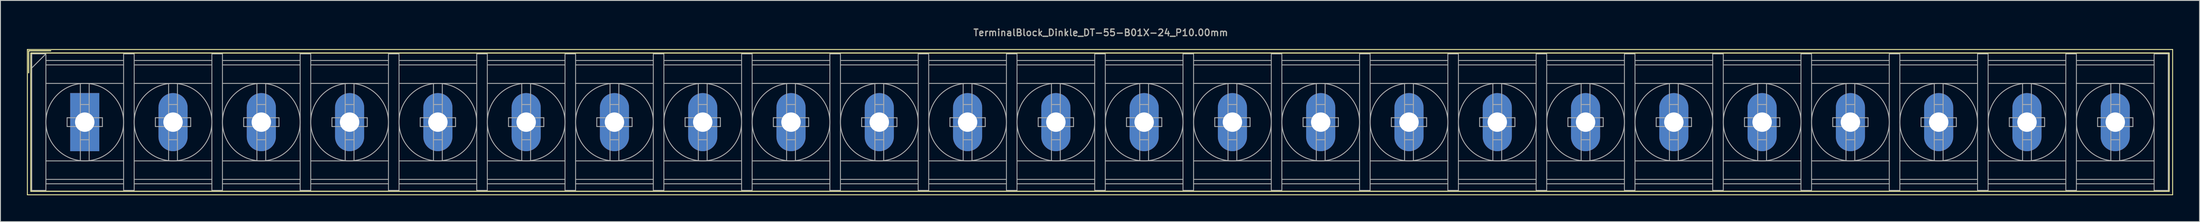
<source format=kicad_pcb>
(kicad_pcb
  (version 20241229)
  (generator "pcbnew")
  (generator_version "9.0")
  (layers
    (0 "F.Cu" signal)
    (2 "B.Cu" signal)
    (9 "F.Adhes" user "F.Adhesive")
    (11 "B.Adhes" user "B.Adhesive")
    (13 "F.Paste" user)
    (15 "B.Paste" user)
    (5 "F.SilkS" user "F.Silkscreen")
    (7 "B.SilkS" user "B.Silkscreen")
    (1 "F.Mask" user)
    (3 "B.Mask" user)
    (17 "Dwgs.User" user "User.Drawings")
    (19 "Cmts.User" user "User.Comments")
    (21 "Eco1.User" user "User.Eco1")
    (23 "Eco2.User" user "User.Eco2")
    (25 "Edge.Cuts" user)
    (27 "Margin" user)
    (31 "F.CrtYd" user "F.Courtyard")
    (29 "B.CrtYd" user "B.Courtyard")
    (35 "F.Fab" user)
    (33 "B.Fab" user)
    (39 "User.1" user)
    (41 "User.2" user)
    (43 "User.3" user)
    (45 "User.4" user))
  (footprint "TerminalBlock_Dinkle_DT-55-B01X-24_P10.00mm"
    (layer "F.Cu")
    (at 6.55 10.818)
    (property "Reference" "TerminalBlock_Dinkle_DT-55-B01X-24_P10.00mm" (at 115.08 -10.16 0) (layer "F.SilkS") (effects (font (size 0.75 0.75) (thickness 0.125))))
    (attr through_hole)
    (fp_line (start -6.5 -8.25) (end 236.5 -8.25) (stroke (width 0.1) (type solid)) (layer "F.SilkS"))
    (fp_line (start -6.5 8.25) (end -6.5 -8.25) (stroke (width 0.1) (type solid)) (layer "F.SilkS"))
    (fp_line (start -6.5 8.25) (end 236.5 8.25) (stroke (width 0.1) (type solid)) (layer "F.SilkS"))
    (fp_line (start -6.35 -8.1) (end -3.85 -8.1) (stroke (width 0.12) (type solid)) (layer "F.SilkS"))
    (fp_line (start -6.35 -5.6) (end -6.35 -8.1) (stroke (width 0.12) (type solid)) (layer "F.SilkS"))
    (fp_line (start -6.1 -7.85) (end 236.1 -7.85) (stroke (width 0.12) (type solid)) (layer "F.SilkS"))
    (fp_line (start -6.1 7.85) (end -6.1 -7.85) (stroke (width 0.12) (type solid)) (layer "F.SilkS"))
    (fp_line (start -6.1 7.85) (end 236.1 7.85) (stroke (width 0.12) (type solid)) (layer "F.SilkS"))
    (fp_line (start 236.1 -7.85) (end 236.1 7.85) (stroke (width 0.12) (type solid)) (layer "F.SilkS"))
    (fp_line (start 236.5 -8.25) (end 236.5 8.25) (stroke (width 0.1) (type solid)) (layer "F.SilkS"))
    (fp_line (start -6 -7.75) (end -6 7.75) (stroke (width 0.1) (type solid)) (layer "F.Fab"))
    (fp_line (start -6 -7.75) (end -4.4 -7.75) (stroke (width 0.1) (type solid)) (layer "F.Fab"))
    (fp_line (start -6 7.75) (end -4.4 7.75) (stroke (width 0.1) (type solid)) (layer "F.Fab"))
    (fp_line (start -4.4 -7.75) (end -6 -6.15) (stroke (width 0.1) (type solid)) (layer "F.Fab"))
    (fp_line (start -4.4 -7.75) (end -4.4 7.75) (stroke (width 0.1) (type solid)) (layer "F.Fab"))
    (fp_line (start -4.4 -7) (end 4.4 -7) (stroke (width 0.1) (type solid)) (layer "F.Fab"))
    (fp_line (start -4.4 -6.5) (end 4.4 -6.5) (stroke (width 0.1) (type solid)) (layer "F.Fab"))
    (fp_line (start -4.4 -4.4) (end 4.4 -4.4) (stroke (width 0.1) (type solid)) (layer "F.Fab"))
    (fp_line (start -4.4 4.4) (end 4.4 4.4) (stroke (width 0.1) (type solid)) (layer "F.Fab"))
    (fp_line (start -4.4 6.5) (end 4.4 6.5) (stroke (width 0.1) (type solid)) (layer "F.Fab"))
    (fp_line (start -4.4 7) (end 4.4 7) (stroke (width 0.1) (type solid)) (layer "F.Fab"))
    (fp_line (start -2 -0.5) (end -2 0.5) (stroke (width 0.1) (type solid)) (layer "F.Fab"))
    (fp_line (start -2 0.5) (end -0.5 0.5) (stroke (width 0.1) (type solid)) (layer "F.Fab"))
    (fp_line (start -0.5 -4.35) (end -0.5 -0.5) (stroke (width 0.1) (type solid)) (layer "F.Fab"))
    (fp_line (start -0.5 -2) (end 0.5 -2) (stroke (width 0.1) (type solid)) (layer "F.Fab"))
    (fp_line (start -0.5 -0.5) (end -2 -0.5) (stroke (width 0.1) (type solid)) (layer "F.Fab"))
    (fp_line (start -0.5 0.5) (end -0.5 4.35) (stroke (width 0.1) (type solid)) (layer "F.Fab"))
    (fp_line (start -0.5 2) (end 0.5 2) (stroke (width 0.1) (type solid)) (layer "F.Fab"))
    (fp_line (start 0.5 -4.35) (end 0.5 -0.5) (stroke (width 0.1) (type solid)) (layer "F.Fab"))
    (fp_line (start 0.5 -0.5) (end 2 -0.5) (stroke (width 0.1) (type solid)) (layer "F.Fab"))
    (fp_line (start 0.5 0.5) (end 0.5 4.35) (stroke (width 0.1) (type solid)) (layer "F.Fab"))
    (fp_line (start 2 -0.5) (end 2 0.5) (stroke (width 0.1) (type solid)) (layer "F.Fab"))
    (fp_line (start 2 0.5) (end 0.5 0.5) (stroke (width 0.1) (type solid)) (layer "F.Fab"))
    (fp_line (start 4.4 -7.75) (end 4.4 7.75) (stroke (width 0.1) (type solid)) (layer "F.Fab"))
    (fp_line (start 4.4 -7.75) (end 5.6 -7.75) (stroke (width 0.1) (type solid)) (layer "F.Fab"))
    (fp_line (start 4.4 7.75) (end 5.6 7.75) (stroke (width 0.1) (type solid)) (layer "F.Fab"))
    (fp_line (start 5.6 -7.75) (end 5.6 7.75) (stroke (width 0.1) (type solid)) (layer "F.Fab"))
    (fp_line (start 5.6 -7) (end 14.4 -7) (stroke (width 0.1) (type solid)) (layer "F.Fab"))
    (fp_line (start 5.6 -6.5) (end 14.4 -6.5) (stroke (width 0.1) (type solid)) (layer "F.Fab"))
    (fp_line (start 5.6 -4.4) (end 14.4 -4.4) (stroke (width 0.1) (type solid)) (layer "F.Fab"))
    (fp_line (start 5.6 4.4) (end 14.4 4.4) (stroke (width 0.1) (type solid)) (layer "F.Fab"))
    (fp_line (start 5.6 6.5) (end 14.4 6.5) (stroke (width 0.1) (type solid)) (layer "F.Fab"))
    (fp_line (start 5.6 7) (end 14.4 7) (stroke (width 0.1) (type solid)) (layer "F.Fab"))
    (fp_line (start 8 -0.5) (end 8 0.5) (stroke (width 0.1) (type solid)) (layer "F.Fab"))
    (fp_line (start 8 0.5) (end 9.5 0.5) (stroke (width 0.1) (type solid)) (layer "F.Fab"))
    (fp_line (start 9.5 -4.35) (end 9.5 -0.5) (stroke (width 0.1) (type solid)) (layer "F.Fab"))
    (fp_line (start 9.5 -2) (end 10.5 -2) (stroke (width 0.1) (type solid)) (layer "F.Fab"))
    (fp_line (start 9.5 -0.5) (end 8 -0.5) (stroke (width 0.1) (type solid)) (layer "F.Fab"))
    (fp_line (start 9.5 0.5) (end 9.5 4.35) (stroke (width 0.1) (type solid)) (layer "F.Fab"))
    (fp_line (start 9.5 2) (end 10.5 2) (stroke (width 0.1) (type solid)) (layer "F.Fab"))
    (fp_line (start 10.5 -4.35) (end 10.5 -0.5) (stroke (width 0.1) (type solid)) (layer "F.Fab"))
    (fp_line (start 10.5 -0.5) (end 12 -0.5) (stroke (width 0.1) (type solid)) (layer "F.Fab"))
    (fp_line (start 10.5 0.5) (end 10.5 4.35) (stroke (width 0.1) (type solid)) (layer "F.Fab"))
    (fp_line (start 12 -0.5) (end 12 0.5) (stroke (width 0.1) (type solid)) (layer "F.Fab"))
    (fp_line (start 12 0.5) (end 10.5 0.5) (stroke (width 0.1) (type solid)) (layer "F.Fab"))
    (fp_line (start 14.4 -7.75) (end 14.4 7.75) (stroke (width 0.1) (type solid)) (layer "F.Fab"))
    (fp_line (start 14.4 -7.75) (end 15.6 -7.75) (stroke (width 0.1) (type solid)) (layer "F.Fab"))
    (fp_line (start 14.4 7.75) (end 15.6 7.75) (stroke (width 0.1) (type solid)) (layer "F.Fab"))
    (fp_line (start 15.6 -7.75) (end 15.6 7.75) (stroke (width 0.1) (type solid)) (layer "F.Fab"))
    (fp_line (start 15.6 -7) (end 24.4 -7) (stroke (width 0.1) (type solid)) (layer "F.Fab"))
    (fp_line (start 15.6 -6.5) (end 24.4 -6.5) (stroke (width 0.1) (type solid)) (layer "F.Fab"))
    (fp_line (start 15.6 -4.4) (end 24.4 -4.4) (stroke (width 0.1) (type solid)) (layer "F.Fab"))
    (fp_line (start 15.6 4.4) (end 24.4 4.4) (stroke (width 0.1) (type solid)) (layer "F.Fab"))
    (fp_line (start 15.6 6.5) (end 24.4 6.5) (stroke (width 0.1) (type solid)) (layer "F.Fab"))
    (fp_line (start 15.6 7) (end 24.4 7) (stroke (width 0.1) (type solid)) (layer "F.Fab"))
    (fp_line (start 18 -0.5) (end 18 0.5) (stroke (width 0.1) (type solid)) (layer "F.Fab"))
    (fp_line (start 18 0.5) (end 19.5 0.5) (stroke (width 0.1) (type solid)) (layer "F.Fab"))
    (fp_line (start 19.5 -4.35) (end 19.5 -0.5) (stroke (width 0.1) (type solid)) (layer "F.Fab"))
    (fp_line (start 19.5 -2) (end 20.5 -2) (stroke (width 0.1) (type solid)) (layer "F.Fab"))
    (fp_line (start 19.5 -0.5) (end 18 -0.5) (stroke (width 0.1) (type solid)) (layer "F.Fab"))
    (fp_line (start 19.5 0.5) (end 19.5 4.35) (stroke (width 0.1) (type solid)) (layer "F.Fab"))
    (fp_line (start 19.5 2) (end 20.5 2) (stroke (width 0.1) (type solid)) (layer "F.Fab"))
    (fp_line (start 20.5 -4.35) (end 20.5 -0.5) (stroke (width 0.1) (type solid)) (layer "F.Fab"))
    (fp_line (start 20.5 -0.5) (end 22 -0.5) (stroke (width 0.1) (type solid)) (layer "F.Fab"))
    (fp_line (start 20.5 0.5) (end 20.5 4.35) (stroke (width 0.1) (type solid)) (layer "F.Fab"))
    (fp_line (start 22 -0.5) (end 22 0.5) (stroke (width 0.1) (type solid)) (layer "F.Fab"))
    (fp_line (start 22 0.5) (end 20.5 0.5) (stroke (width 0.1) (type solid)) (layer "F.Fab"))
    (fp_line (start 24.4 -7.75) (end 24.4 7.75) (stroke (width 0.1) (type solid)) (layer "F.Fab"))
    (fp_line (start 24.4 -7.75) (end 25.6 -7.75) (stroke (width 0.1) (type solid)) (layer "F.Fab"))
    (fp_line (start 24.4 7.75) (end 25.6 7.75) (stroke (width 0.1) (type solid)) (layer "F.Fab"))
    (fp_line (start 25.6 -7.75) (end 25.6 7.75) (stroke (width 0.1) (type solid)) (layer "F.Fab"))
    (fp_line (start 25.6 -7) (end 34.4 -7) (stroke (width 0.1) (type solid)) (layer "F.Fab"))
    (fp_line (start 25.6 -6.5) (end 34.4 -6.5) (stroke (width 0.1) (type solid)) (layer "F.Fab"))
    (fp_line (start 25.6 -4.4) (end 34.4 -4.4) (stroke (width 0.1) (type solid)) (layer "F.Fab"))
    (fp_line (start 25.6 4.4) (end 34.4 4.4) (stroke (width 0.1) (type solid)) (layer "F.Fab"))
    (fp_line (start 25.6 6.5) (end 34.4 6.5) (stroke (width 0.1) (type solid)) (layer "F.Fab"))
    (fp_line (start 25.6 7) (end 34.4 7) (stroke (width 0.1) (type solid)) (layer "F.Fab"))
    (fp_line (start 28 -0.5) (end 28 0.5) (stroke (width 0.1) (type solid)) (layer "F.Fab"))
    (fp_line (start 28 0.5) (end 29.5 0.5) (stroke (width 0.1) (type solid)) (layer "F.Fab"))
    (fp_line (start 29.5 -4.35) (end 29.5 -0.5) (stroke (width 0.1) (type solid)) (layer "F.Fab"))
    (fp_line (start 29.5 -2) (end 30.5 -2) (stroke (width 0.1) (type solid)) (layer "F.Fab"))
    (fp_line (start 29.5 -0.5) (end 28 -0.5) (stroke (width 0.1) (type solid)) (layer "F.Fab"))
    (fp_line (start 29.5 0.5) (end 29.5 4.35) (stroke (width 0.1) (type solid)) (layer "F.Fab"))
    (fp_line (start 29.5 2) (end 30.5 2) (stroke (width 0.1) (type solid)) (layer "F.Fab"))
    (fp_line (start 30.5 -4.35) (end 30.5 -0.5) (stroke (width 0.1) (type solid)) (layer "F.Fab"))
    (fp_line (start 30.5 -0.5) (end 32 -0.5) (stroke (width 0.1) (type solid)) (layer "F.Fab"))
    (fp_line (start 30.5 0.5) (end 30.5 4.35) (stroke (width 0.1) (type solid)) (layer "F.Fab"))
    (fp_line (start 32 -0.5) (end 32 0.5) (stroke (width 0.1) (type solid)) (layer "F.Fab"))
    (fp_line (start 32 0.5) (end 30.5 0.5) (stroke (width 0.1) (type solid)) (layer "F.Fab"))
    (fp_line (start 34.4 -7.75) (end 34.4 7.75) (stroke (width 0.1) (type solid)) (layer "F.Fab"))
    (fp_line (start 34.4 -7.75) (end 35.6 -7.75) (stroke (width 0.1) (type solid)) (layer "F.Fab"))
    (fp_line (start 34.4 7.75) (end 35.6 7.75) (stroke (width 0.1) (type solid)) (layer "F.Fab"))
    (fp_line (start 35.6 -7.75) (end 35.6 7.75) (stroke (width 0.1) (type solid)) (layer "F.Fab"))
    (fp_line (start 35.6 -7) (end 44.4 -7) (stroke (width 0.1) (type solid)) (layer "F.Fab"))
    (fp_line (start 35.6 -6.5) (end 44.4 -6.5) (stroke (width 0.1) (type solid)) (layer "F.Fab"))
    (fp_line (start 35.6 -4.4) (end 44.4 -4.4) (stroke (width 0.1) (type solid)) (layer "F.Fab"))
    (fp_line (start 35.6 4.4) (end 44.4 4.4) (stroke (width 0.1) (type solid)) (layer "F.Fab"))
    (fp_line (start 35.6 6.5) (end 44.4 6.5) (stroke (width 0.1) (type solid)) (layer "F.Fab"))
    (fp_line (start 35.6 7) (end 44.4 7) (stroke (width 0.1) (type solid)) (layer "F.Fab"))
    (fp_line (start 38 -0.5) (end 38 0.5) (stroke (width 0.1) (type solid)) (layer "F.Fab"))
    (fp_line (start 38 0.5) (end 39.5 0.5) (stroke (width 0.1) (type solid)) (layer "F.Fab"))
    (fp_line (start 39.5 -4.35) (end 39.5 -0.5) (stroke (width 0.1) (type solid)) (layer "F.Fab"))
    (fp_line (start 39.5 -2) (end 40.5 -2) (stroke (width 0.1) (type solid)) (layer "F.Fab"))
    (fp_line (start 39.5 -0.5) (end 38 -0.5) (stroke (width 0.1) (type solid)) (layer "F.Fab"))
    (fp_line (start 39.5 0.5) (end 39.5 4.35) (stroke (width 0.1) (type solid)) (layer "F.Fab"))
    (fp_line (start 39.5 2) (end 40.5 2) (stroke (width 0.1) (type solid)) (layer "F.Fab"))
    (fp_line (start 40.5 -4.35) (end 40.5 -0.5) (stroke (width 0.1) (type solid)) (layer "F.Fab"))
    (fp_line (start 40.5 -0.5) (end 42 -0.5) (stroke (width 0.1) (type solid)) (layer "F.Fab"))
    (fp_line (start 40.5 0.5) (end 40.5 4.35) (stroke (width 0.1) (type solid)) (layer "F.Fab"))
    (fp_line (start 42 -0.5) (end 42 0.5) (stroke (width 0.1) (type solid)) (layer "F.Fab"))
    (fp_line (start 42 0.5) (end 40.5 0.5) (stroke (width 0.1) (type solid)) (layer "F.Fab"))
    (fp_line (start 44.4 -7.75) (end 44.4 7.75) (stroke (width 0.1) (type solid)) (layer "F.Fab"))
    (fp_line (start 44.4 -7.75) (end 45.6 -7.75) (stroke (width 0.1) (type solid)) (layer "F.Fab"))
    (fp_line (start 44.4 7.75) (end 45.6 7.75) (stroke (width 0.1) (type solid)) (layer "F.Fab"))
    (fp_line (start 45.6 -7.75) (end 45.6 7.75) (stroke (width 0.1) (type solid)) (layer "F.Fab"))
    (fp_line (start 45.6 -7) (end 54.4 -7) (stroke (width 0.1) (type solid)) (layer "F.Fab"))
    (fp_line (start 45.6 -6.5) (end 54.4 -6.5) (stroke (width 0.1) (type solid)) (layer "F.Fab"))
    (fp_line (start 45.6 -4.4) (end 54.4 -4.4) (stroke (width 0.1) (type solid)) (layer "F.Fab"))
    (fp_line (start 45.6 4.4) (end 54.4 4.4) (stroke (width 0.1) (type solid)) (layer "F.Fab"))
    (fp_line (start 45.6 6.5) (end 54.4 6.5) (stroke (width 0.1) (type solid)) (layer "F.Fab"))
    (fp_line (start 45.6 7) (end 54.4 7) (stroke (width 0.1) (type solid)) (layer "F.Fab"))
    (fp_line (start 48 -0.5) (end 48 0.5) (stroke (width 0.1) (type solid)) (layer "F.Fab"))
    (fp_line (start 48 0.5) (end 49.5 0.5) (stroke (width 0.1) (type solid)) (layer "F.Fab"))
    (fp_line (start 49.5 -4.35) (end 49.5 -0.5) (stroke (width 0.1) (type solid)) (layer "F.Fab"))
    (fp_line (start 49.5 -2) (end 50.5 -2) (stroke (width 0.1) (type solid)) (layer "F.Fab"))
    (fp_line (start 49.5 -0.5) (end 48 -0.5) (stroke (width 0.1) (type solid)) (layer "F.Fab"))
    (fp_line (start 49.5 0.5) (end 49.5 4.35) (stroke (width 0.1) (type solid)) (layer "F.Fab"))
    (fp_line (start 49.5 2) (end 50.5 2) (stroke (width 0.1) (type solid)) (layer "F.Fab"))
    (fp_line (start 50.5 -4.35) (end 50.5 -0.5) (stroke (width 0.1) (type solid)) (layer "F.Fab"))
    (fp_line (start 50.5 -0.5) (end 52 -0.5) (stroke (width 0.1) (type solid)) (layer "F.Fab"))
    (fp_line (start 50.5 0.5) (end 50.5 4.35) (stroke (width 0.1) (type solid)) (layer "F.Fab"))
    (fp_line (start 52 -0.5) (end 52 0.5) (stroke (width 0.1) (type solid)) (layer "F.Fab"))
    (fp_line (start 52 0.5) (end 50.5 0.5) (stroke (width 0.1) (type solid)) (layer "F.Fab"))
    (fp_line (start 54.4 -7.75) (end 54.4 7.75) (stroke (width 0.1) (type solid)) (layer "F.Fab"))
    (fp_line (start 54.4 -7.75) (end 55.6 -7.75) (stroke (width 0.1) (type solid)) (layer "F.Fab"))
    (fp_line (start 54.4 7.75) (end 55.6 7.75) (stroke (width 0.1) (type solid)) (layer "F.Fab"))
    (fp_line (start 55.6 -7.75) (end 55.6 7.75) (stroke (width 0.1) (type solid)) (layer "F.Fab"))
    (fp_line (start 55.6 -7) (end 64.4 -7) (stroke (width 0.1) (type solid)) (layer "F.Fab"))
    (fp_line (start 55.6 -6.5) (end 64.4 -6.5) (stroke (width 0.1) (type solid)) (layer "F.Fab"))
    (fp_line (start 55.6 -4.4) (end 64.4 -4.4) (stroke (width 0.1) (type solid)) (layer "F.Fab"))
    (fp_line (start 55.6 4.4) (end 64.4 4.4) (stroke (width 0.1) (type solid)) (layer "F.Fab"))
    (fp_line (start 55.6 6.5) (end 64.4 6.5) (stroke (width 0.1) (type solid)) (layer "F.Fab"))
    (fp_line (start 55.6 7) (end 64.4 7) (stroke (width 0.1) (type solid)) (layer "F.Fab"))
    (fp_line (start 58 -0.5) (end 58 0.5) (stroke (width 0.1) (type solid)) (layer "F.Fab"))
    (fp_line (start 58 0.5) (end 59.5 0.5) (stroke (width 0.1) (type solid)) (layer "F.Fab"))
    (fp_line (start 59.5 -4.35) (end 59.5 -0.5) (stroke (width 0.1) (type solid)) (layer "F.Fab"))
    (fp_line (start 59.5 -2) (end 60.5 -2) (stroke (width 0.1) (type solid)) (layer "F.Fab"))
    (fp_line (start 59.5 -0.5) (end 58 -0.5) (stroke (width 0.1) (type solid)) (layer "F.Fab"))
    (fp_line (start 59.5 0.5) (end 59.5 4.35) (stroke (width 0.1) (type solid)) (layer "F.Fab"))
    (fp_line (start 59.5 2) (end 60.5 2) (stroke (width 0.1) (type solid)) (layer "F.Fab"))
    (fp_line (start 60.5 -4.35) (end 60.5 -0.5) (stroke (width 0.1) (type solid)) (layer "F.Fab"))
    (fp_line (start 60.5 -0.5) (end 62 -0.5) (stroke (width 0.1) (type solid)) (layer "F.Fab"))
    (fp_line (start 60.5 0.5) (end 60.5 4.35) (stroke (width 0.1) (type solid)) (layer "F.Fab"))
    (fp_line (start 62 -0.5) (end 62 0.5) (stroke (width 0.1) (type solid)) (layer "F.Fab"))
    (fp_line (start 62 0.5) (end 60.5 0.5) (stroke (width 0.1) (type solid)) (layer "F.Fab"))
    (fp_line (start 64.4 -7.75) (end 64.4 7.75) (stroke (width 0.1) (type solid)) (layer "F.Fab"))
    (fp_line (start 64.4 -7.75) (end 65.6 -7.75) (stroke (width 0.1) (type solid)) (layer "F.Fab"))
    (fp_line (start 64.4 7.75) (end 65.6 7.75) (stroke (width 0.1) (type solid)) (layer "F.Fab"))
    (fp_line (start 65.6 -7.75) (end 65.6 7.75) (stroke (width 0.1) (type solid)) (layer "F.Fab"))
    (fp_line (start 65.6 -7) (end 74.4 -7) (stroke (width 0.1) (type solid)) (layer "F.Fab"))
    (fp_line (start 65.6 -6.5) (end 74.4 -6.5) (stroke (width 0.1) (type solid)) (layer "F.Fab"))
    (fp_line (start 65.6 -4.4) (end 74.4 -4.4) (stroke (width 0.1) (type solid)) (layer "F.Fab"))
    (fp_line (start 65.6 4.4) (end 74.4 4.4) (stroke (width 0.1) (type solid)) (layer "F.Fab"))
    (fp_line (start 65.6 6.5) (end 74.4 6.5) (stroke (width 0.1) (type solid)) (layer "F.Fab"))
    (fp_line (start 65.6 7) (end 74.4 7) (stroke (width 0.1) (type solid)) (layer "F.Fab"))
    (fp_line (start 68 -0.5) (end 68 0.5) (stroke (width 0.1) (type solid)) (layer "F.Fab"))
    (fp_line (start 68 0.5) (end 69.5 0.5) (stroke (width 0.1) (type solid)) (layer "F.Fab"))
    (fp_line (start 69.5 -4.35) (end 69.5 -0.5) (stroke (width 0.1) (type solid)) (layer "F.Fab"))
    (fp_line (start 69.5 -2) (end 70.5 -2) (stroke (width 0.1) (type solid)) (layer "F.Fab"))
    (fp_line (start 69.5 -0.5) (end 68 -0.5) (stroke (width 0.1) (type solid)) (layer "F.Fab"))
    (fp_line (start 69.5 0.5) (end 69.5 4.35) (stroke (width 0.1) (type solid)) (layer "F.Fab"))
    (fp_line (start 69.5 2) (end 70.5 2) (stroke (width 0.1) (type solid)) (layer "F.Fab"))
    (fp_line (start 70.5 -4.35) (end 70.5 -0.5) (stroke (width 0.1) (type solid)) (layer "F.Fab"))
    (fp_line (start 70.5 -0.5) (end 72 -0.5) (stroke (width 0.1) (type solid)) (layer "F.Fab"))
    (fp_line (start 70.5 0.5) (end 70.5 4.35) (stroke (width 0.1) (type solid)) (layer "F.Fab"))
    (fp_line (start 72 -0.5) (end 72 0.5) (stroke (width 0.1) (type solid)) (layer "F.Fab"))
    (fp_line (start 72 0.5) (end 70.5 0.5) (stroke (width 0.1) (type solid)) (layer "F.Fab"))
    (fp_line (start 74.4 -7.75) (end 74.4 7.75) (stroke (width 0.1) (type solid)) (layer "F.Fab"))
    (fp_line (start 74.4 -7.75) (end 75.6 -7.75) (stroke (width 0.1) (type solid)) (layer "F.Fab"))
    (fp_line (start 74.4 7.75) (end 75.6 7.75) (stroke (width 0.1) (type solid)) (layer "F.Fab"))
    (fp_line (start 75.6 -7.75) (end 75.6 7.75) (stroke (width 0.1) (type solid)) (layer "F.Fab"))
    (fp_line (start 75.6 -7) (end 84.4 -7) (stroke (width 0.1) (type solid)) (layer "F.Fab"))
    (fp_line (start 75.6 -6.5) (end 84.4 -6.5) (stroke (width 0.1) (type solid)) (layer "F.Fab"))
    (fp_line (start 75.6 -4.4) (end 84.4 -4.4) (stroke (width 0.1) (type solid)) (layer "F.Fab"))
    (fp_line (start 75.6 4.4) (end 84.4 4.4) (stroke (width 0.1) (type solid)) (layer "F.Fab"))
    (fp_line (start 75.6 6.5) (end 84.4 6.5) (stroke (width 0.1) (type solid)) (layer "F.Fab"))
    (fp_line (start 75.6 7) (end 84.4 7) (stroke (width 0.1) (type solid)) (layer "F.Fab"))
    (fp_line (start 78 -0.5) (end 78 0.5) (stroke (width 0.1) (type solid)) (layer "F.Fab"))
    (fp_line (start 78 0.5) (end 79.5 0.5) (stroke (width 0.1) (type solid)) (layer "F.Fab"))
    (fp_line (start 79.5 -4.35) (end 79.5 -0.5) (stroke (width 0.1) (type solid)) (layer "F.Fab"))
    (fp_line (start 79.5 -2) (end 80.5 -2) (stroke (width 0.1) (type solid)) (layer "F.Fab"))
    (fp_line (start 79.5 -0.5) (end 78 -0.5) (stroke (width 0.1) (type solid)) (layer "F.Fab"))
    (fp_line (start 79.5 0.5) (end 79.5 4.35) (stroke (width 0.1) (type solid)) (layer "F.Fab"))
    (fp_line (start 79.5 2) (end 80.5 2) (stroke (width 0.1) (type solid)) (layer "F.Fab"))
    (fp_line (start 80.5 -4.35) (end 80.5 -0.5) (stroke (width 0.1) (type solid)) (layer "F.Fab"))
    (fp_line (start 80.5 -0.5) (end 82 -0.5) (stroke (width 0.1) (type solid)) (layer "F.Fab"))
    (fp_line (start 80.5 0.5) (end 80.5 4.35) (stroke (width 0.1) (type solid)) (layer "F.Fab"))
    (fp_line (start 82 -0.5) (end 82 0.5) (stroke (width 0.1) (type solid)) (layer "F.Fab"))
    (fp_line (start 82 0.5) (end 80.5 0.5) (stroke (width 0.1) (type solid)) (layer "F.Fab"))
    (fp_line (start 84.4 -7.75) (end 84.4 7.75) (stroke (width 0.1) (type solid)) (layer "F.Fab"))
    (fp_line (start 84.4 -7.75) (end 85.6 -7.75) (stroke (width 0.1) (type solid)) (layer "F.Fab"))
    (fp_line (start 84.4 7.75) (end 85.6 7.75) (stroke (width 0.1) (type solid)) (layer "F.Fab"))
    (fp_line (start 85.6 -7.75) (end 85.6 7.75) (stroke (width 0.1) (type solid)) (layer "F.Fab"))
    (fp_line (start 85.6 -7) (end 94.4 -7) (stroke (width 0.1) (type solid)) (layer "F.Fab"))
    (fp_line (start 85.6 -6.5) (end 94.4 -6.5) (stroke (width 0.1) (type solid)) (layer "F.Fab"))
    (fp_line (start 85.6 -4.4) (end 94.4 -4.4) (stroke (width 0.1) (type solid)) (layer "F.Fab"))
    (fp_line (start 85.6 4.4) (end 94.4 4.4) (stroke (width 0.1) (type solid)) (layer "F.Fab"))
    (fp_line (start 85.6 6.5) (end 94.4 6.5) (stroke (width 0.1) (type solid)) (layer "F.Fab"))
    (fp_line (start 85.6 7) (end 94.4 7) (stroke (width 0.1) (type solid)) (layer "F.Fab"))
    (fp_line (start 88 -0.5) (end 88 0.5) (stroke (width 0.1) (type solid)) (layer "F.Fab"))
    (fp_line (start 88 0.5) (end 89.5 0.5) (stroke (width 0.1) (type solid)) (layer "F.Fab"))
    (fp_line (start 89.5 -4.35) (end 89.5 -0.5) (stroke (width 0.1) (type solid)) (layer "F.Fab"))
    (fp_line (start 89.5 -2) (end 90.5 -2) (stroke (width 0.1) (type solid)) (layer "F.Fab"))
    (fp_line (start 89.5 -0.5) (end 88 -0.5) (stroke (width 0.1) (type solid)) (layer "F.Fab"))
    (fp_line (start 89.5 0.5) (end 89.5 4.35) (stroke (width 0.1) (type solid)) (layer "F.Fab"))
    (fp_line (start 89.5 2) (end 90.5 2) (stroke (width 0.1) (type solid)) (layer "F.Fab"))
    (fp_line (start 90.5 -4.35) (end 90.5 -0.5) (stroke (width 0.1) (type solid)) (layer "F.Fab"))
    (fp_line (start 90.5 -0.5) (end 92 -0.5) (stroke (width 0.1) (type solid)) (layer "F.Fab"))
    (fp_line (start 90.5 0.5) (end 90.5 4.35) (stroke (width 0.1) (type solid)) (layer "F.Fab"))
    (fp_line (start 92 -0.5) (end 92 0.5) (stroke (width 0.1) (type solid)) (layer "F.Fab"))
    (fp_line (start 92 0.5) (end 90.5 0.5) (stroke (width 0.1) (type solid)) (layer "F.Fab"))
    (fp_line (start 94.4 -7.75) (end 94.4 7.75) (stroke (width 0.1) (type solid)) (layer "F.Fab"))
    (fp_line (start 94.4 -7.75) (end 95.6 -7.75) (stroke (width 0.1) (type solid)) (layer "F.Fab"))
    (fp_line (start 94.4 7.75) (end 95.6 7.75) (stroke (width 0.1) (type solid)) (layer "F.Fab"))
    (fp_line (start 95.6 -7.75) (end 95.6 7.75) (stroke (width 0.1) (type solid)) (layer "F.Fab"))
    (fp_line (start 95.6 -7) (end 104.4 -7) (stroke (width 0.1) (type solid)) (layer "F.Fab"))
    (fp_line (start 95.6 -6.5) (end 104.4 -6.5) (stroke (width 0.1) (type solid)) (layer "F.Fab"))
    (fp_line (start 95.6 -4.4) (end 104.4 -4.4) (stroke (width 0.1) (type solid)) (layer "F.Fab"))
    (fp_line (start 95.6 4.4) (end 104.4 4.4) (stroke (width 0.1) (type solid)) (layer "F.Fab"))
    (fp_line (start 95.6 6.5) (end 104.4 6.5) (stroke (width 0.1) (type solid)) (layer "F.Fab"))
    (fp_line (start 95.6 7) (end 104.4 7) (stroke (width 0.1) (type solid)) (layer "F.Fab"))
    (fp_line (start 98 -0.5) (end 98 0.5) (stroke (width 0.1) (type solid)) (layer "F.Fab"))
    (fp_line (start 98 0.5) (end 99.5 0.5) (stroke (width 0.1) (type solid)) (layer "F.Fab"))
    (fp_line (start 99.5 -4.35) (end 99.5 -0.5) (stroke (width 0.1) (type solid)) (layer "F.Fab"))
    (fp_line (start 99.5 -2) (end 100.5 -2) (stroke (width 0.1) (type solid)) (layer "F.Fab"))
    (fp_line (start 99.5 -0.5) (end 98 -0.5) (stroke (width 0.1) (type solid)) (layer "F.Fab"))
    (fp_line (start 99.5 0.5) (end 99.5 4.35) (stroke (width 0.1) (type solid)) (layer "F.Fab"))
    (fp_line (start 99.5 2) (end 100.5 2) (stroke (width 0.1) (type solid)) (layer "F.Fab"))
    (fp_line (start 100.5 -4.35) (end 100.5 -0.5) (stroke (width 0.1) (type solid)) (layer "F.Fab"))
    (fp_line (start 100.5 -0.5) (end 102 -0.5) (stroke (width 0.1) (type solid)) (layer "F.Fab"))
    (fp_line (start 100.5 0.5) (end 100.5 4.35) (stroke (width 0.1) (type solid)) (layer "F.Fab"))
    (fp_line (start 102 -0.5) (end 102 0.5) (stroke (width 0.1) (type solid)) (layer "F.Fab"))
    (fp_line (start 102 0.5) (end 100.5 0.5) (stroke (width 0.1) (type solid)) (layer "F.Fab"))
    (fp_line (start 104.4 -7.75) (end 104.4 7.75) (stroke (width 0.1) (type solid)) (layer "F.Fab"))
    (fp_line (start 104.4 -7.75) (end 105.6 -7.75) (stroke (width 0.1) (type solid)) (layer "F.Fab"))
    (fp_line (start 104.4 7.75) (end 105.6 7.75) (stroke (width 0.1) (type solid)) (layer "F.Fab"))
    (fp_line (start 105.6 -7.75) (end 105.6 7.75) (stroke (width 0.1) (type solid)) (layer "F.Fab"))
    (fp_line (start 105.6 -7) (end 114.4 -7) (stroke (width 0.1) (type solid)) (layer "F.Fab"))
    (fp_line (start 105.6 -6.5) (end 114.4 -6.5) (stroke (width 0.1) (type solid)) (layer "F.Fab"))
    (fp_line (start 105.6 -4.4) (end 114.4 -4.4) (stroke (width 0.1) (type solid)) (layer "F.Fab"))
    (fp_line (start 105.6 4.4) (end 114.4 4.4) (stroke (width 0.1) (type solid)) (layer "F.Fab"))
    (fp_line (start 105.6 6.5) (end 114.4 6.5) (stroke (width 0.1) (type solid)) (layer "F.Fab"))
    (fp_line (start 105.6 7) (end 114.4 7) (stroke (width 0.1) (type solid)) (layer "F.Fab"))
    (fp_line (start 108 -0.5) (end 108 0.5) (stroke (width 0.1) (type solid)) (layer "F.Fab"))
    (fp_line (start 108 0.5) (end 109.5 0.5) (stroke (width 0.1) (type solid)) (layer "F.Fab"))
    (fp_line (start 109.5 -4.35) (end 109.5 -0.5) (stroke (width 0.1) (type solid)) (layer "F.Fab"))
    (fp_line (start 109.5 -2) (end 110.5 -2) (stroke (width 0.1) (type solid)) (layer "F.Fab"))
    (fp_line (start 109.5 -0.5) (end 108 -0.5) (stroke (width 0.1) (type solid)) (layer "F.Fab"))
    (fp_line (start 109.5 0.5) (end 109.5 4.35) (stroke (width 0.1) (type solid)) (layer "F.Fab"))
    (fp_line (start 109.5 2) (end 110.5 2) (stroke (width 0.1) (type solid)) (layer "F.Fab"))
    (fp_line (start 110.5 -4.35) (end 110.5 -0.5) (stroke (width 0.1) (type solid)) (layer "F.Fab"))
    (fp_line (start 110.5 -0.5) (end 112 -0.5) (stroke (width 0.1) (type solid)) (layer "F.Fab"))
    (fp_line (start 110.5 0.5) (end 110.5 4.35) (stroke (width 0.1) (type solid)) (layer "F.Fab"))
    (fp_line (start 112 -0.5) (end 112 0.5) (stroke (width 0.1) (type solid)) (layer "F.Fab"))
    (fp_line (start 112 0.5) (end 110.5 0.5) (stroke (width 0.1) (type solid)) (layer "F.Fab"))
    (fp_line (start 114.4 -7.75) (end 114.4 7.75) (stroke (width 0.1) (type solid)) (layer "F.Fab"))
    (fp_line (start 114.4 -7.75) (end 115.6 -7.75) (stroke (width 0.1) (type solid)) (layer "F.Fab"))
    (fp_line (start 114.4 7.75) (end 115.6 7.75) (stroke (width 0.1) (type solid)) (layer "F.Fab"))
    (fp_line (start 115.6 -7.75) (end 115.6 7.75) (stroke (width 0.1) (type solid)) (layer "F.Fab"))
    (fp_line (start 115.6 -7) (end 124.4 -7) (stroke (width 0.1) (type solid)) (layer "F.Fab"))
    (fp_line (start 115.6 -6.5) (end 124.4 -6.5) (stroke (width 0.1) (type solid)) (layer "F.Fab"))
    (fp_line (start 115.6 -4.4) (end 124.4 -4.4) (stroke (width 0.1) (type solid)) (layer "F.Fab"))
    (fp_line (start 115.6 4.4) (end 124.4 4.4) (stroke (width 0.1) (type solid)) (layer "F.Fab"))
    (fp_line (start 115.6 6.5) (end 124.4 6.5) (stroke (width 0.1) (type solid)) (layer "F.Fab"))
    (fp_line (start 115.6 7) (end 124.4 7) (stroke (width 0.1) (type solid)) (layer "F.Fab"))
    (fp_line (start 118 -0.5) (end 118 0.5) (stroke (width 0.1) (type solid)) (layer "F.Fab"))
    (fp_line (start 118 0.5) (end 119.5 0.5) (stroke (width 0.1) (type solid)) (layer "F.Fab"))
    (fp_line (start 119.5 -4.35) (end 119.5 -0.5) (stroke (width 0.1) (type solid)) (layer "F.Fab"))
    (fp_line (start 119.5 -2) (end 120.5 -2) (stroke (width 0.1) (type solid)) (layer "F.Fab"))
    (fp_line (start 119.5 -0.5) (end 118 -0.5) (stroke (width 0.1) (type solid)) (layer "F.Fab"))
    (fp_line (start 119.5 0.5) (end 119.5 4.35) (stroke (width 0.1) (type solid)) (layer "F.Fab"))
    (fp_line (start 119.5 2) (end 120.5 2) (stroke (width 0.1) (type solid)) (layer "F.Fab"))
    (fp_line (start 120.5 -4.35) (end 120.5 -0.5) (stroke (width 0.1) (type solid)) (layer "F.Fab"))
    (fp_line (start 120.5 -0.5) (end 122 -0.5) (stroke (width 0.1) (type solid)) (layer "F.Fab"))
    (fp_line (start 120.5 0.5) (end 120.5 4.35) (stroke (width 0.1) (type solid)) (layer "F.Fab"))
    (fp_line (start 122 -0.5) (end 122 0.5) (stroke (width 0.1) (type solid)) (layer "F.Fab"))
    (fp_line (start 122 0.5) (end 120.5 0.5) (stroke (width 0.1) (type solid)) (layer "F.Fab"))
    (fp_line (start 124.4 -7.75) (end 124.4 7.75) (stroke (width 0.1) (type solid)) (layer "F.Fab"))
    (fp_line (start 124.4 -7.75) (end 125.6 -7.75) (stroke (width 0.1) (type solid)) (layer "F.Fab"))
    (fp_line (start 124.4 7.75) (end 125.6 7.75) (stroke (width 0.1) (type solid)) (layer "F.Fab"))
    (fp_line (start 125.6 -7.75) (end 125.6 7.75) (stroke (width 0.1) (type solid)) (layer "F.Fab"))
    (fp_line (start 125.6 -7) (end 134.4 -7) (stroke (width 0.1) (type solid)) (layer "F.Fab"))
    (fp_line (start 125.6 -6.5) (end 134.4 -6.5) (stroke (width 0.1) (type solid)) (layer "F.Fab"))
    (fp_line (start 125.6 -4.4) (end 134.4 -4.4) (stroke (width 0.1) (type solid)) (layer "F.Fab"))
    (fp_line (start 125.6 4.4) (end 134.4 4.4) (stroke (width 0.1) (type solid)) (layer "F.Fab"))
    (fp_line (start 125.6 6.5) (end 134.4 6.5) (stroke (width 0.1) (type solid)) (layer "F.Fab"))
    (fp_line (start 125.6 7) (end 134.4 7) (stroke (width 0.1) (type solid)) (layer "F.Fab"))
    (fp_line (start 128 -0.5) (end 128 0.5) (stroke (width 0.1) (type solid)) (layer "F.Fab"))
    (fp_line (start 128 0.5) (end 129.5 0.5) (stroke (width 0.1) (type solid)) (layer "F.Fab"))
    (fp_line (start 129.5 -4.35) (end 129.5 -0.5) (stroke (width 0.1) (type solid)) (layer "F.Fab"))
    (fp_line (start 129.5 -2) (end 130.5 -2) (stroke (width 0.1) (type solid)) (layer "F.Fab"))
    (fp_line (start 129.5 -0.5) (end 128 -0.5) (stroke (width 0.1) (type solid)) (layer "F.Fab"))
    (fp_line (start 129.5 0.5) (end 129.5 4.35) (stroke (width 0.1) (type solid)) (layer "F.Fab"))
    (fp_line (start 129.5 2) (end 130.5 2) (stroke (width 0.1) (type solid)) (layer "F.Fab"))
    (fp_line (start 130.5 -4.35) (end 130.5 -0.5) (stroke (width 0.1) (type solid)) (layer "F.Fab"))
    (fp_line (start 130.5 -0.5) (end 132 -0.5) (stroke (width 0.1) (type solid)) (layer "F.Fab"))
    (fp_line (start 130.5 0.5) (end 130.5 4.35) (stroke (width 0.1) (type solid)) (layer "F.Fab"))
    (fp_line (start 132 -0.5) (end 132 0.5) (stroke (width 0.1) (type solid)) (layer "F.Fab"))
    (fp_line (start 132 0.5) (end 130.5 0.5) (stroke (width 0.1) (type solid)) (layer "F.Fab"))
    (fp_line (start 134.4 -7.75) (end 134.4 7.75) (stroke (width 0.1) (type solid)) (layer "F.Fab"))
    (fp_line (start 134.4 -7.75) (end 135.6 -7.75) (stroke (width 0.1) (type solid)) (layer "F.Fab"))
    (fp_line (start 134.4 7.75) (end 135.6 7.75) (stroke (width 0.1) (type solid)) (layer "F.Fab"))
    (fp_line (start 135.6 -7.75) (end 135.6 7.75) (stroke (width 0.1) (type solid)) (layer "F.Fab"))
    (fp_line (start 135.6 -7) (end 144.4 -7) (stroke (width 0.1) (type solid)) (layer "F.Fab"))
    (fp_line (start 135.6 -6.5) (end 144.4 -6.5) (stroke (width 0.1) (type solid)) (layer "F.Fab"))
    (fp_line (start 135.6 -4.4) (end 144.4 -4.4) (stroke (width 0.1) (type solid)) (layer "F.Fab"))
    (fp_line (start 135.6 4.4) (end 144.4 4.4) (stroke (width 0.1) (type solid)) (layer "F.Fab"))
    (fp_line (start 135.6 6.5) (end 144.4 6.5) (stroke (width 0.1) (type solid)) (layer "F.Fab"))
    (fp_line (start 135.6 7) (end 144.4 7) (stroke (width 0.1) (type solid)) (layer "F.Fab"))
    (fp_line (start 138 -0.5) (end 138 0.5) (stroke (width 0.1) (type solid)) (layer "F.Fab"))
    (fp_line (start 138 0.5) (end 139.5 0.5) (stroke (width 0.1) (type solid)) (layer "F.Fab"))
    (fp_line (start 139.5 -4.35) (end 139.5 -0.5) (stroke (width 0.1) (type solid)) (layer "F.Fab"))
    (fp_line (start 139.5 -2) (end 140.5 -2) (stroke (width 0.1) (type solid)) (layer "F.Fab"))
    (fp_line (start 139.5 -0.5) (end 138 -0.5) (stroke (width 0.1) (type solid)) (layer "F.Fab"))
    (fp_line (start 139.5 0.5) (end 139.5 4.35) (stroke (width 0.1) (type solid)) (layer "F.Fab"))
    (fp_line (start 139.5 2) (end 140.5 2) (stroke (width 0.1) (type solid)) (layer "F.Fab"))
    (fp_line (start 140.5 -4.35) (end 140.5 -0.5) (stroke (width 0.1) (type solid)) (layer "F.Fab"))
    (fp_line (start 140.5 -0.5) (end 142 -0.5) (stroke (width 0.1) (type solid)) (layer "F.Fab"))
    (fp_line (start 140.5 0.5) (end 140.5 4.35) (stroke (width 0.1) (type solid)) (layer "F.Fab"))
    (fp_line (start 142 -0.5) (end 142 0.5) (stroke (width 0.1) (type solid)) (layer "F.Fab"))
    (fp_line (start 142 0.5) (end 140.5 0.5) (stroke (width 0.1) (type solid)) (layer "F.Fab"))
    (fp_line (start 144.4 -7.75) (end 144.4 7.75) (stroke (width 0.1) (type solid)) (layer "F.Fab"))
    (fp_line (start 144.4 -7.75) (end 145.6 -7.75) (stroke (width 0.1) (type solid)) (layer "F.Fab"))
    (fp_line (start 144.4 7.75) (end 145.6 7.75) (stroke (width 0.1) (type solid)) (layer "F.Fab"))
    (fp_line (start 145.6 -7.75) (end 145.6 7.75) (stroke (width 0.1) (type solid)) (layer "F.Fab"))
    (fp_line (start 145.6 -7) (end 154.4 -7) (stroke (width 0.1) (type solid)) (layer "F.Fab"))
    (fp_line (start 145.6 -6.5) (end 154.4 -6.5) (stroke (width 0.1) (type solid)) (layer "F.Fab"))
    (fp_line (start 145.6 -4.4) (end 154.4 -4.4) (stroke (width 0.1) (type solid)) (layer "F.Fab"))
    (fp_line (start 145.6 4.4) (end 154.4 4.4) (stroke (width 0.1) (type solid)) (layer "F.Fab"))
    (fp_line (start 145.6 6.5) (end 154.4 6.5) (stroke (width 0.1) (type solid)) (layer "F.Fab"))
    (fp_line (start 145.6 7) (end 154.4 7) (stroke (width 0.1) (type solid)) (layer "F.Fab"))
    (fp_line (start 148 -0.5) (end 148 0.5) (stroke (width 0.1) (type solid)) (layer "F.Fab"))
    (fp_line (start 148 0.5) (end 149.5 0.5) (stroke (width 0.1) (type solid)) (layer "F.Fab"))
    (fp_line (start 149.5 -4.35) (end 149.5 -0.5) (stroke (width 0.1) (type solid)) (layer "F.Fab"))
    (fp_line (start 149.5 -2) (end 150.5 -2) (stroke (width 0.1) (type solid)) (layer "F.Fab"))
    (fp_line (start 149.5 -0.5) (end 148 -0.5) (stroke (width 0.1) (type solid)) (layer "F.Fab"))
    (fp_line (start 149.5 0.5) (end 149.5 4.35) (stroke (width 0.1) (type solid)) (layer "F.Fab"))
    (fp_line (start 149.5 2) (end 150.5 2) (stroke (width 0.1) (type solid)) (layer "F.Fab"))
    (fp_line (start 150.5 -4.35) (end 150.5 -0.5) (stroke (width 0.1) (type solid)) (layer "F.Fab"))
    (fp_line (start 150.5 -0.5) (end 152 -0.5) (stroke (width 0.1) (type solid)) (layer "F.Fab"))
    (fp_line (start 150.5 0.5) (end 150.5 4.35) (stroke (width 0.1) (type solid)) (layer "F.Fab"))
    (fp_line (start 152 -0.5) (end 152 0.5) (stroke (width 0.1) (type solid)) (layer "F.Fab"))
    (fp_line (start 152 0.5) (end 150.5 0.5) (stroke (width 0.1) (type solid)) (layer "F.Fab"))
    (fp_line (start 154.4 -7.75) (end 154.4 7.75) (stroke (width 0.1) (type solid)) (layer "F.Fab"))
    (fp_line (start 154.4 -7.75) (end 155.6 -7.75) (stroke (width 0.1) (type solid)) (layer "F.Fab"))
    (fp_line (start 154.4 7.75) (end 155.6 7.75) (stroke (width 0.1) (type solid)) (layer "F.Fab"))
    (fp_line (start 155.6 -7.75) (end 155.6 7.75) (stroke (width 0.1) (type solid)) (layer "F.Fab"))
    (fp_line (start 155.6 -7) (end 164.4 -7) (stroke (width 0.1) (type solid)) (layer "F.Fab"))
    (fp_line (start 155.6 -6.5) (end 164.4 -6.5) (stroke (width 0.1) (type solid)) (layer "F.Fab"))
    (fp_line (start 155.6 -4.4) (end 164.4 -4.4) (stroke (width 0.1) (type solid)) (layer "F.Fab"))
    (fp_line (start 155.6 4.4) (end 164.4 4.4) (stroke (width 0.1) (type solid)) (layer "F.Fab"))
    (fp_line (start 155.6 6.5) (end 164.4 6.5) (stroke (width 0.1) (type solid)) (layer "F.Fab"))
    (fp_line (start 155.6 7) (end 164.4 7) (stroke (width 0.1) (type solid)) (layer "F.Fab"))
    (fp_line (start 158 -0.5) (end 158 0.5) (stroke (width 0.1) (type solid)) (layer "F.Fab"))
    (fp_line (start 158 0.5) (end 159.5 0.5) (stroke (width 0.1) (type solid)) (layer "F.Fab"))
    (fp_line (start 159.5 -4.35) (end 159.5 -0.5) (stroke (width 0.1) (type solid)) (layer "F.Fab"))
    (fp_line (start 159.5 -2) (end 160.5 -2) (stroke (width 0.1) (type solid)) (layer "F.Fab"))
    (fp_line (start 159.5 -0.5) (end 158 -0.5) (stroke (width 0.1) (type solid)) (layer "F.Fab"))
    (fp_line (start 159.5 0.5) (end 159.5 4.35) (stroke (width 0.1) (type solid)) (layer "F.Fab"))
    (fp_line (start 159.5 2) (end 160.5 2) (stroke (width 0.1) (type solid)) (layer "F.Fab"))
    (fp_line (start 160.5 -4.35) (end 160.5 -0.5) (stroke (width 0.1) (type solid)) (layer "F.Fab"))
    (fp_line (start 160.5 -0.5) (end 162 -0.5) (stroke (width 0.1) (type solid)) (layer "F.Fab"))
    (fp_line (start 160.5 0.5) (end 160.5 4.35) (stroke (width 0.1) (type solid)) (layer "F.Fab"))
    (fp_line (start 162 -0.5) (end 162 0.5) (stroke (width 0.1) (type solid)) (layer "F.Fab"))
    (fp_line (start 162 0.5) (end 160.5 0.5) (stroke (width 0.1) (type solid)) (layer "F.Fab"))
    (fp_line (start 164.4 -7.75) (end 164.4 7.75) (stroke (width 0.1) (type solid)) (layer "F.Fab"))
    (fp_line (start 164.4 -7.75) (end 165.6 -7.75) (stroke (width 0.1) (type solid)) (layer "F.Fab"))
    (fp_line (start 164.4 7.75) (end 165.6 7.75) (stroke (width 0.1) (type solid)) (layer "F.Fab"))
    (fp_line (start 165.6 -7.75) (end 165.6 7.75) (stroke (width 0.1) (type solid)) (layer "F.Fab"))
    (fp_line (start 165.6 -7) (end 174.4 -7) (stroke (width 0.1) (type solid)) (layer "F.Fab"))
    (fp_line (start 165.6 -6.5) (end 174.4 -6.5) (stroke (width 0.1) (type solid)) (layer "F.Fab"))
    (fp_line (start 165.6 -4.4) (end 174.4 -4.4) (stroke (width 0.1) (type solid)) (layer "F.Fab"))
    (fp_line (start 165.6 4.4) (end 174.4 4.4) (stroke (width 0.1) (type solid)) (layer "F.Fab"))
    (fp_line (start 165.6 6.5) (end 174.4 6.5) (stroke (width 0.1) (type solid)) (layer "F.Fab"))
    (fp_line (start 165.6 7) (end 174.4 7) (stroke (width 0.1) (type solid)) (layer "F.Fab"))
    (fp_line (start 168 -0.5) (end 168 0.5) (stroke (width 0.1) (type solid)) (layer "F.Fab"))
    (fp_line (start 168 0.5) (end 169.5 0.5) (stroke (width 0.1) (type solid)) (layer "F.Fab"))
    (fp_line (start 169.5 -4.35) (end 169.5 -0.5) (stroke (width 0.1) (type solid)) (layer "F.Fab"))
    (fp_line (start 169.5 -2) (end 170.5 -2) (stroke (width 0.1) (type solid)) (layer "F.Fab"))
    (fp_line (start 169.5 -0.5) (end 168 -0.5) (stroke (width 0.1) (type solid)) (layer "F.Fab"))
    (fp_line (start 169.5 0.5) (end 169.5 4.35) (stroke (width 0.1) (type solid)) (layer "F.Fab"))
    (fp_line (start 169.5 2) (end 170.5 2) (stroke (width 0.1) (type solid)) (layer "F.Fab"))
    (fp_line (start 170.5 -4.35) (end 170.5 -0.5) (stroke (width 0.1) (type solid)) (layer "F.Fab"))
    (fp_line (start 170.5 -0.5) (end 172 -0.5) (stroke (width 0.1) (type solid)) (layer "F.Fab"))
    (fp_line (start 170.5 0.5) (end 170.5 4.35) (stroke (width 0.1) (type solid)) (layer "F.Fab"))
    (fp_line (start 172 -0.5) (end 172 0.5) (stroke (width 0.1) (type solid)) (layer "F.Fab"))
    (fp_line (start 172 0.5) (end 170.5 0.5) (stroke (width 0.1) (type solid)) (layer "F.Fab"))
    (fp_line (start 174.4 -7.75) (end 174.4 7.75) (stroke (width 0.1) (type solid)) (layer "F.Fab"))
    (fp_line (start 174.4 -7.75) (end 175.6 -7.75) (stroke (width 0.1) (type solid)) (layer "F.Fab"))
    (fp_line (start 174.4 7.75) (end 175.6 7.75) (stroke (width 0.1) (type solid)) (layer "F.Fab"))
    (fp_line (start 175.6 -7.75) (end 175.6 7.75) (stroke (width 0.1) (type solid)) (layer "F.Fab"))
    (fp_line (start 175.6 -7) (end 184.4 -7) (stroke (width 0.1) (type solid)) (layer "F.Fab"))
    (fp_line (start 175.6 -6.5) (end 184.4 -6.5) (stroke (width 0.1) (type solid)) (layer "F.Fab"))
    (fp_line (start 175.6 -4.4) (end 184.4 -4.4) (stroke (width 0.1) (type solid)) (layer "F.Fab"))
    (fp_line (start 175.6 4.4) (end 184.4 4.4) (stroke (width 0.1) (type solid)) (layer "F.Fab"))
    (fp_line (start 175.6 6.5) (end 184.4 6.5) (stroke (width 0.1) (type solid)) (layer "F.Fab"))
    (fp_line (start 175.6 7) (end 184.4 7) (stroke (width 0.1) (type solid)) (layer "F.Fab"))
    (fp_line (start 178 -0.5) (end 178 0.5) (stroke (width 0.1) (type solid)) (layer "F.Fab"))
    (fp_line (start 178 0.5) (end 179.5 0.5) (stroke (width 0.1) (type solid)) (layer "F.Fab"))
    (fp_line (start 179.5 -4.35) (end 179.5 -0.5) (stroke (width 0.1) (type solid)) (layer "F.Fab"))
    (fp_line (start 179.5 -2) (end 180.5 -2) (stroke (width 0.1) (type solid)) (layer "F.Fab"))
    (fp_line (start 179.5 -0.5) (end 178 -0.5) (stroke (width 0.1) (type solid)) (layer "F.Fab"))
    (fp_line (start 179.5 0.5) (end 179.5 4.35) (stroke (width 0.1) (type solid)) (layer "F.Fab"))
    (fp_line (start 179.5 2) (end 180.5 2) (stroke (width 0.1) (type solid)) (layer "F.Fab"))
    (fp_line (start 180.5 -4.35) (end 180.5 -0.5) (stroke (width 0.1) (type solid)) (layer "F.Fab"))
    (fp_line (start 180.5 -0.5) (end 182 -0.5) (stroke (width 0.1) (type solid)) (layer "F.Fab"))
    (fp_line (start 180.5 0.5) (end 180.5 4.35) (stroke (width 0.1) (type solid)) (layer "F.Fab"))
    (fp_line (start 182 -0.5) (end 182 0.5) (stroke (width 0.1) (type solid)) (layer "F.Fab"))
    (fp_line (start 182 0.5) (end 180.5 0.5) (stroke (width 0.1) (type solid)) (layer "F.Fab"))
    (fp_line (start 184.4 -7.75) (end 184.4 7.75) (stroke (width 0.1) (type solid)) (layer "F.Fab"))
    (fp_line (start 184.4 -7.75) (end 185.6 -7.75) (stroke (width 0.1) (type solid)) (layer "F.Fab"))
    (fp_line (start 184.4 7.75) (end 185.6 7.75) (stroke (width 0.1) (type solid)) (layer "F.Fab"))
    (fp_line (start 185.6 -7.75) (end 185.6 7.75) (stroke (width 0.1) (type solid)) (layer "F.Fab"))
    (fp_line (start 185.6 -7) (end 194.4 -7) (stroke (width 0.1) (type solid)) (layer "F.Fab"))
    (fp_line (start 185.6 -6.5) (end 194.4 -6.5) (stroke (width 0.1) (type solid)) (layer "F.Fab"))
    (fp_line (start 185.6 -4.4) (end 194.4 -4.4) (stroke (width 0.1) (type solid)) (layer "F.Fab"))
    (fp_line (start 185.6 4.4) (end 194.4 4.4) (stroke (width 0.1) (type solid)) (layer "F.Fab"))
    (fp_line (start 185.6 6.5) (end 194.4 6.5) (stroke (width 0.1) (type solid)) (layer "F.Fab"))
    (fp_line (start 185.6 7) (end 194.4 7) (stroke (width 0.1) (type solid)) (layer "F.Fab"))
    (fp_line (start 188 -0.5) (end 188 0.5) (stroke (width 0.1) (type solid)) (layer "F.Fab"))
    (fp_line (start 188 0.5) (end 189.5 0.5) (stroke (width 0.1) (type solid)) (layer "F.Fab"))
    (fp_line (start 189.5 -4.35) (end 189.5 -0.5) (stroke (width 0.1) (type solid)) (layer "F.Fab"))
    (fp_line (start 189.5 -2) (end 190.5 -2) (stroke (width 0.1) (type solid)) (layer "F.Fab"))
    (fp_line (start 189.5 -0.5) (end 188 -0.5) (stroke (width 0.1) (type solid)) (layer "F.Fab"))
    (fp_line (start 189.5 0.5) (end 189.5 4.35) (stroke (width 0.1) (type solid)) (layer "F.Fab"))
    (fp_line (start 189.5 2) (end 190.5 2) (stroke (width 0.1) (type solid)) (layer "F.Fab"))
    (fp_line (start 190.5 -4.35) (end 190.5 -0.5) (stroke (width 0.1) (type solid)) (layer "F.Fab"))
    (fp_line (start 190.5 -0.5) (end 192 -0.5) (stroke (width 0.1) (type solid)) (layer "F.Fab"))
    (fp_line (start 190.5 0.5) (end 190.5 4.35) (stroke (width 0.1) (type solid)) (layer "F.Fab"))
    (fp_line (start 192 -0.5) (end 192 0.5) (stroke (width 0.1) (type solid)) (layer "F.Fab"))
    (fp_line (start 192 0.5) (end 190.5 0.5) (stroke (width 0.1) (type solid)) (layer "F.Fab"))
    (fp_line (start 194.4 -7.75) (end 194.4 7.75) (stroke (width 0.1) (type solid)) (layer "F.Fab"))
    (fp_line (start 194.4 -7.75) (end 195.6 -7.75) (stroke (width 0.1) (type solid)) (layer "F.Fab"))
    (fp_line (start 194.4 7.75) (end 195.6 7.75) (stroke (width 0.1) (type solid)) (layer "F.Fab"))
    (fp_line (start 195.6 -7.75) (end 195.6 7.75) (stroke (width 0.1) (type solid)) (layer "F.Fab"))
    (fp_line (start 195.6 -7) (end 204.4 -7) (stroke (width 0.1) (type solid)) (layer "F.Fab"))
    (fp_line (start 195.6 -6.5) (end 204.4 -6.5) (stroke (width 0.1) (type solid)) (layer "F.Fab"))
    (fp_line (start 195.6 -4.4) (end 204.4 -4.4) (stroke (width 0.1) (type solid)) (layer "F.Fab"))
    (fp_line (start 195.6 4.4) (end 204.4 4.4) (stroke (width 0.1) (type solid)) (layer "F.Fab"))
    (fp_line (start 195.6 6.5) (end 204.4 6.5) (stroke (width 0.1) (type solid)) (layer "F.Fab"))
    (fp_line (start 195.6 7) (end 204.4 7) (stroke (width 0.1) (type solid)) (layer "F.Fab"))
    (fp_line (start 198 -0.5) (end 198 0.5) (stroke (width 0.1) (type solid)) (layer "F.Fab"))
    (fp_line (start 198 0.5) (end 199.5 0.5) (stroke (width 0.1) (type solid)) (layer "F.Fab"))
    (fp_line (start 199.5 -4.35) (end 199.5 -0.5) (stroke (width 0.1) (type solid)) (layer "F.Fab"))
    (fp_line (start 199.5 -2) (end 200.5 -2) (stroke (width 0.1) (type solid)) (layer "F.Fab"))
    (fp_line (start 199.5 -0.5) (end 198 -0.5) (stroke (width 0.1) (type solid)) (layer "F.Fab"))
    (fp_line (start 199.5 0.5) (end 199.5 4.35) (stroke (width 0.1) (type solid)) (layer "F.Fab"))
    (fp_line (start 199.5 2) (end 200.5 2) (stroke (width 0.1) (type solid)) (layer "F.Fab"))
    (fp_line (start 200.5 -4.35) (end 200.5 -0.5) (stroke (width 0.1) (type solid)) (layer "F.Fab"))
    (fp_line (start 200.5 -0.5) (end 202 -0.5) (stroke (width 0.1) (type solid)) (layer "F.Fab"))
    (fp_line (start 200.5 0.5) (end 200.5 4.35) (stroke (width 0.1) (type solid)) (layer "F.Fab"))
    (fp_line (start 202 -0.5) (end 202 0.5) (stroke (width 0.1) (type solid)) (layer "F.Fab"))
    (fp_line (start 202 0.5) (end 200.5 0.5) (stroke (width 0.1) (type solid)) (layer "F.Fab"))
    (fp_line (start 204.4 -7.75) (end 204.4 7.75) (stroke (width 0.1) (type solid)) (layer "F.Fab"))
    (fp_line (start 204.4 -7.75) (end 205.6 -7.75) (stroke (width 0.1) (type solid)) (layer "F.Fab"))
    (fp_line (start 204.4 7.75) (end 205.6 7.75) (stroke (width 0.1) (type solid)) (layer "F.Fab"))
    (fp_line (start 205.6 -7.75) (end 205.6 7.75) (stroke (width 0.1) (type solid)) (layer "F.Fab"))
    (fp_line (start 205.6 -7) (end 214.4 -7) (stroke (width 0.1) (type solid)) (layer "F.Fab"))
    (fp_line (start 205.6 -6.5) (end 214.4 -6.5) (stroke (width 0.1) (type solid)) (layer "F.Fab"))
    (fp_line (start 205.6 -4.4) (end 214.4 -4.4) (stroke (width 0.1) (type solid)) (layer "F.Fab"))
    (fp_line (start 205.6 4.4) (end 214.4 4.4) (stroke (width 0.1) (type solid)) (layer "F.Fab"))
    (fp_line (start 205.6 6.5) (end 214.4 6.5) (stroke (width 0.1) (type solid)) (layer "F.Fab"))
    (fp_line (start 205.6 7) (end 214.4 7) (stroke (width 0.1) (type solid)) (layer "F.Fab"))
    (fp_line (start 208 -0.5) (end 208 0.5) (stroke (width 0.1) (type solid)) (layer "F.Fab"))
    (fp_line (start 208 0.5) (end 209.5 0.5) (stroke (width 0.1) (type solid)) (layer "F.Fab"))
    (fp_line (start 209.5 -4.35) (end 209.5 -0.5) (stroke (width 0.1) (type solid)) (layer "F.Fab"))
    (fp_line (start 209.5 -2) (end 210.5 -2) (stroke (width 0.1) (type solid)) (layer "F.Fab"))
    (fp_line (start 209.5 -0.5) (end 208 -0.5) (stroke (width 0.1) (type solid)) (layer "F.Fab"))
    (fp_line (start 209.5 0.5) (end 209.5 4.35) (stroke (width 0.1) (type solid)) (layer "F.Fab"))
    (fp_line (start 209.5 2) (end 210.5 2) (stroke (width 0.1) (type solid)) (layer "F.Fab"))
    (fp_line (start 210.5 -4.35) (end 210.5 -0.5) (stroke (width 0.1) (type solid)) (layer "F.Fab"))
    (fp_line (start 210.5 -0.5) (end 212 -0.5) (stroke (width 0.1) (type solid)) (layer "F.Fab"))
    (fp_line (start 210.5 0.5) (end 210.5 4.35) (stroke (width 0.1) (type solid)) (layer "F.Fab"))
    (fp_line (start 212 -0.5) (end 212 0.5) (stroke (width 0.1) (type solid)) (layer "F.Fab"))
    (fp_line (start 212 0.5) (end 210.5 0.5) (stroke (width 0.1) (type solid)) (layer "F.Fab"))
    (fp_line (start 214.4 -7.75) (end 214.4 7.75) (stroke (width 0.1) (type solid)) (layer "F.Fab"))
    (fp_line (start 214.4 -7.75) (end 215.6 -7.75) (stroke (width 0.1) (type solid)) (layer "F.Fab"))
    (fp_line (start 214.4 7.75) (end 215.6 7.75) (stroke (width 0.1) (type solid)) (layer "F.Fab"))
    (fp_line (start 215.6 -7.75) (end 215.6 7.75) (stroke (width 0.1) (type solid)) (layer "F.Fab"))
    (fp_line (start 215.6 -7) (end 224.4 -7) (stroke (width 0.1) (type solid)) (layer "F.Fab"))
    (fp_line (start 215.6 -6.5) (end 224.4 -6.5) (stroke (width 0.1) (type solid)) (layer "F.Fab"))
    (fp_line (start 215.6 -4.4) (end 224.4 -4.4) (stroke (width 0.1) (type solid)) (layer "F.Fab"))
    (fp_line (start 215.6 4.4) (end 224.4 4.4) (stroke (width 0.1) (type solid)) (layer "F.Fab"))
    (fp_line (start 215.6 6.5) (end 224.4 6.5) (stroke (width 0.1) (type solid)) (layer "F.Fab"))
    (fp_line (start 215.6 7) (end 224.4 7) (stroke (width 0.1) (type solid)) (layer "F.Fab"))
    (fp_line (start 218 -0.5) (end 218 0.5) (stroke (width 0.1) (type solid)) (layer "F.Fab"))
    (fp_line (start 218 0.5) (end 219.5 0.5) (stroke (width 0.1) (type solid)) (layer "F.Fab"))
    (fp_line (start 219.5 -4.35) (end 219.5 -0.5) (stroke (width 0.1) (type solid)) (layer "F.Fab"))
    (fp_line (start 219.5 -2) (end 220.5 -2) (stroke (width 0.1) (type solid)) (layer "F.Fab"))
    (fp_line (start 219.5 -0.5) (end 218 -0.5) (stroke (width 0.1) (type solid)) (layer "F.Fab"))
    (fp_line (start 219.5 0.5) (end 219.5 4.35) (stroke (width 0.1) (type solid)) (layer "F.Fab"))
    (fp_line (start 219.5 2) (end 220.5 2) (stroke (width 0.1) (type solid)) (layer "F.Fab"))
    (fp_line (start 220.5 -4.35) (end 220.5 -0.5) (stroke (width 0.1) (type solid)) (layer "F.Fab"))
    (fp_line (start 220.5 -0.5) (end 222 -0.5) (stroke (width 0.1) (type solid)) (layer "F.Fab"))
    (fp_line (start 220.5 0.5) (end 220.5 4.35) (stroke (width 0.1) (type solid)) (layer "F.Fab"))
    (fp_line (start 222 -0.5) (end 222 0.5) (stroke (width 0.1) (type solid)) (layer "F.Fab"))
    (fp_line (start 222 0.5) (end 220.5 0.5) (stroke (width 0.1) (type solid)) (layer "F.Fab"))
    (fp_line (start 224.4 -7.75) (end 224.4 7.75) (stroke (width 0.1) (type solid)) (layer "F.Fab"))
    (fp_line (start 224.4 -7.75) (end 225.6 -7.75) (stroke (width 0.1) (type solid)) (layer "F.Fab"))
    (fp_line (start 224.4 7.75) (end 225.6 7.75) (stroke (width 0.1) (type solid)) (layer "F.Fab"))
    (fp_line (start 225.6 -7.75) (end 225.6 7.75) (stroke (width 0.1) (type solid)) (layer "F.Fab"))
    (fp_line (start 225.6 -7) (end 234.4 -7) (stroke (width 0.1) (type solid)) (layer "F.Fab"))
    (fp_line (start 225.6 -6.5) (end 234.4 -6.5) (stroke (width 0.1) (type solid)) (layer "F.Fab"))
    (fp_line (start 225.6 -4.4) (end 234.4 -4.4) (stroke (width 0.1) (type solid)) (layer "F.Fab"))
    (fp_line (start 225.6 4.4) (end 234.4 4.4) (stroke (width 0.1) (type solid)) (layer "F.Fab"))
    (fp_line (start 225.6 6.5) (end 234.4 6.5) (stroke (width 0.1) (type solid)) (layer "F.Fab"))
    (fp_line (start 225.6 7) (end 234.4 7) (stroke (width 0.1) (type solid)) (layer "F.Fab"))
    (fp_line (start 228 -0.5) (end 228 0.5) (stroke (width 0.1) (type solid)) (layer "F.Fab"))
    (fp_line (start 228 0.5) (end 229.5 0.5) (stroke (width 0.1) (type solid)) (layer "F.Fab"))
    (fp_line (start 229.5 -4.35) (end 229.5 -0.5) (stroke (width 0.1) (type solid)) (layer "F.Fab"))
    (fp_line (start 229.5 -2) (end 230.5 -2) (stroke (width 0.1) (type solid)) (layer "F.Fab"))
    (fp_line (start 229.5 -0.5) (end 228 -0.5) (stroke (width 0.1) (type solid)) (layer "F.Fab"))
    (fp_line (start 229.5 0.5) (end 229.5 4.35) (stroke (width 0.1) (type solid)) (layer "F.Fab"))
    (fp_line (start 229.5 2) (end 230.5 2) (stroke (width 0.1) (type solid)) (layer "F.Fab"))
    (fp_line (start 230.5 -4.35) (end 230.5 -0.5) (stroke (width 0.1) (type solid)) (layer "F.Fab"))
    (fp_line (start 230.5 -0.5) (end 232 -0.5) (stroke (width 0.1) (type solid)) (layer "F.Fab"))
    (fp_line (start 230.5 0.5) (end 230.5 4.35) (stroke (width 0.1) (type solid)) (layer "F.Fab"))
    (fp_line (start 232 -0.5) (end 232 0.5) (stroke (width 0.1) (type solid)) (layer "F.Fab"))
    (fp_line (start 232 0.5) (end 230.5 0.5) (stroke (width 0.1) (type solid)) (layer "F.Fab"))
    (fp_line (start 234.4 -7.75) (end 234.4 7.75) (stroke (width 0.1) (type solid)) (layer "F.Fab"))
    (fp_line (start 234.4 -7.75) (end 236 -7.75) (stroke (width 0.1) (type solid)) (layer "F.Fab"))
    (fp_line (start 234.4 7.75) (end 236 7.75) (stroke (width 0.1) (type solid)) (layer "F.Fab"))
    (fp_line (start 236 -7.75) (end 236 7.75) (stroke (width 0.1) (type solid)) (layer "F.Fab"))
    (fp_circle (center 0 0) (end 0.5 0.5) (stroke (width 0.1) (type solid)) (fill no) (layer "F.Fab"))
    (fp_circle (center 0 0) (end 4.4 0) (stroke (width 0.1) (type solid)) (fill no) (layer "F.Fab"))
    (fp_circle (center 10 0) (end 10.5 0.5) (stroke (width 0.1) (type solid)) (fill no) (layer "F.Fab"))
    (fp_circle (center 10 0) (end 14.4 0) (stroke (width 0.1) (type solid)) (fill no) (layer "F.Fab"))
    (fp_circle (center 20 0) (end 20.5 0.5) (stroke (width 0.1) (type solid)) (fill no) (layer "F.Fab"))
    (fp_circle (center 20 0) (end 24.4 0) (stroke (width 0.1) (type solid)) (fill no) (layer "F.Fab"))
    (fp_circle (center 30 0) (end 30.5 0.5) (stroke (width 0.1) (type solid)) (fill no) (layer "F.Fab"))
    (fp_circle (center 30 0) (end 34.4 0) (stroke (width 0.1) (type solid)) (fill no) (layer "F.Fab"))
    (fp_circle (center 40 0) (end 40.5 0.5) (stroke (width 0.1) (type solid)) (fill no) (layer "F.Fab"))
    (fp_circle (center 40 0) (end 44.4 0) (stroke (width 0.1) (type solid)) (fill no) (layer "F.Fab"))
    (fp_circle (center 50 0) (end 50.5 0.5) (stroke (width 0.1) (type solid)) (fill no) (layer "F.Fab"))
    (fp_circle (center 50 0) (end 54.4 0) (stroke (width 0.1) (type solid)) (fill no) (layer "F.Fab"))
    (fp_circle (center 60 0) (end 60.5 0.5) (stroke (width 0.1) (type solid)) (fill no) (layer "F.Fab"))
    (fp_circle (center 60 0) (end 64.4 0) (stroke (width 0.1) (type solid)) (fill no) (layer "F.Fab"))
    (fp_circle (center 70 0) (end 70.5 0.5) (stroke (width 0.1) (type solid)) (fill no) (layer "F.Fab"))
    (fp_circle (center 70 0) (end 74.4 0) (stroke (width 0.1) (type solid)) (fill no) (layer "F.Fab"))
    (fp_circle (center 80 0) (end 80.5 0.5) (stroke (width 0.1) (type solid)) (fill no) (layer "F.Fab"))
    (fp_circle (center 80 0) (end 84.4 0) (stroke (width 0.1) (type solid)) (fill no) (layer "F.Fab"))
    (fp_circle (center 90 0) (end 90.5 0.5) (stroke (width 0.1) (type solid)) (fill no) (layer "F.Fab"))
    (fp_circle (center 90 0) (end 94.4 0) (stroke (width 0.1) (type solid)) (fill no) (layer "F.Fab"))
    (fp_circle (center 100 0) (end 100.5 0.5) (stroke (width 0.1) (type solid)) (fill no) (layer "F.Fab"))
    (fp_circle (center 100 0) (end 104.4 0) (stroke (width 0.1) (type solid)) (fill no) (layer "F.Fab"))
    (fp_circle (center 110 0) (end 110.5 0.5) (stroke (width 0.1) (type solid)) (fill no) (layer "F.Fab"))
    (fp_circle (center 110 0) (end 114.4 0) (stroke (width 0.1) (type solid)) (fill no) (layer "F.Fab"))
    (fp_circle (center 120 0) (end 120.5 0.5) (stroke (width 0.1) (type solid)) (fill no) (layer "F.Fab"))
    (fp_circle (center 120 0) (end 124.4 0) (stroke (width 0.1) (type solid)) (fill no) (layer "F.Fab"))
    (fp_circle (center 130 0) (end 130.5 0.5) (stroke (width 0.1) (type solid)) (fill no) (layer "F.Fab"))
    (fp_circle (center 130 0) (end 134.4 0) (stroke (width 0.1) (type solid)) (fill no) (layer "F.Fab"))
    (fp_circle (center 140 0) (end 140.5 0.5) (stroke (width 0.1) (type solid)) (fill no) (layer "F.Fab"))
    (fp_circle (center 140 0) (end 144.4 0) (stroke (width 0.1) (type solid)) (fill no) (layer "F.Fab"))
    (fp_circle (center 150 0) (end 150.5 0.5) (stroke (width 0.1) (type solid)) (fill no) (layer "F.Fab"))
    (fp_circle (center 150 0) (end 154.4 0) (stroke (width 0.1) (type solid)) (fill no) (layer "F.Fab"))
    (fp_circle (center 160 0) (end 160.5 0.5) (stroke (width 0.1) (type solid)) (fill no) (layer "F.Fab"))
    (fp_circle (center 160 0) (end 164.4 0) (stroke (width 0.1) (type solid)) (fill no) (layer "F.Fab"))
    (fp_circle (center 170 0) (end 170.5 0.5) (stroke (width 0.1) (type solid)) (fill no) (layer "F.Fab"))
    (fp_circle (center 170 0) (end 174.4 0) (stroke (width 0.1) (type solid)) (fill no) (layer "F.Fab"))
    (fp_circle (center 180 0) (end 180.5 0.5) (stroke (width 0.1) (type solid)) (fill no) (layer "F.Fab"))
    (fp_circle (center 180 0) (end 184.4 0) (stroke (width 0.1) (type solid)) (fill no) (layer "F.Fab"))
    (fp_circle (center 190 0) (end 190.5 0.5) (stroke (width 0.1) (type solid)) (fill no) (layer "F.Fab"))
    (fp_circle (center 190 0) (end 194.4 0) (stroke (width 0.1) (type solid)) (fill no) (layer "F.Fab"))
    (fp_circle (center 200 0) (end 200.5 0.5) (stroke (width 0.1) (type solid)) (fill no) (layer "F.Fab"))
    (fp_circle (center 200 0) (end 204.4 0) (stroke (width 0.1) (type solid)) (fill no) (layer "F.Fab"))
    (fp_circle (center 210 0) (end 210.5 0.5) (stroke (width 0.1) (type solid)) (fill no) (layer "F.Fab"))
    (fp_circle (center 210 0) (end 214.4 0) (stroke (width 0.1) (type solid)) (fill no) (layer "F.Fab"))
    (fp_circle (center 220 0) (end 220.5 0.5) (stroke (width 0.1) (type solid)) (fill no) (layer "F.Fab"))
    (fp_circle (center 220 0) (end 224.4 0) (stroke (width 0.1) (type solid)) (fill no) (layer "F.Fab"))
    (fp_circle (center 230 0) (end 230.5 0.5) (stroke (width 0.1) (type solid)) (fill no) (layer "F.Fab"))
    (fp_circle (center 230 0) (end 234.4 0) (stroke (width 0.1) (type solid)) (fill no) (layer "F.Fab"))
    (fp_text user "${REFERENCE}" (at 115.08 -10.16 0) (layer "F.Fab") (effects (font (size 0.75 0.75) (thickness 0.125))))
    (pad "1" thru_hole rect (at 0 0) (size 3.3 6.6) (drill 2.2) (layers "*.Cu" "*.Mask"))
    (pad "2" thru_hole oval (at 10 0) (size 3.3 6.6) (drill 2.2) (layers "*.Cu" "*.Mask"))
    (pad "3" thru_hole oval (at 20 0) (size 3.3 6.6) (drill 2.2) (layers "*.Cu" "*.Mask"))
    (pad "4" thru_hole oval (at 30 0) (size 3.3 6.6) (drill 2.2) (layers "*.Cu" "*.Mask"))
    (pad "5" thru_hole oval (at 40 0) (size 3.3 6.6) (drill 2.2) (layers "*.Cu" "*.Mask"))
    (pad "6" thru_hole oval (at 50 0) (size 3.3 6.6) (drill 2.2) (layers "*.Cu" "*.Mask"))
    (pad "7" thru_hole oval (at 60 0) (size 3.3 6.6) (drill 2.2) (layers "*.Cu" "*.Mask"))
    (pad "8" thru_hole oval (at 70 0) (size 3.3 6.6) (drill 2.2) (layers "*.Cu" "*.Mask"))
    (pad "9" thru_hole oval (at 80 0) (size 3.3 6.6) (drill 2.2) (layers "*.Cu" "*.Mask"))
    (pad "10" thru_hole oval (at 90 0) (size 3.3 6.6) (drill 2.2) (layers "*.Cu" "*.Mask"))
    (pad "11" thru_hole oval (at 100 0) (size 3.3 6.6) (drill 2.2) (layers "*.Cu" "*.Mask"))
    (pad "12" thru_hole oval (at 110 0) (size 3.3 6.6) (drill 2.2) (layers "*.Cu" "*.Mask"))
    (pad "13" thru_hole oval (at 120 0) (size 3.3 6.6) (drill 2.2) (layers "*.Cu" "*.Mask"))
    (pad "14" thru_hole oval (at 130 0) (size 3.3 6.6) (drill 2.2) (layers "*.Cu" "*.Mask"))
    (pad "15" thru_hole oval (at 140 0) (size 3.3 6.6) (drill 2.2) (layers "*.Cu" "*.Mask"))
    (pad "16" thru_hole oval (at 150 0) (size 3.3 6.6) (drill 2.2) (layers "*.Cu" "*.Mask"))
    (pad "17" thru_hole oval (at 160 0) (size 3.3 6.6) (drill 2.2) (layers "*.Cu" "*.Mask"))
    (pad "18" thru_hole oval (at 170 0) (size 3.3 6.6) (drill 2.2) (layers "*.Cu" "*.Mask"))
    (pad "19" thru_hole oval (at 180 0) (size 3.3 6.6) (drill 2.2) (layers "*.Cu" "*.Mask"))
    (pad "20" thru_hole oval (at 190 0) (size 3.3 6.6) (drill 2.2) (layers "*.Cu" "*.Mask"))
    (pad "21" thru_hole oval (at 200 0) (size 3.3 6.6) (drill 2.2) (layers "*.Cu" "*.Mask"))
    (pad "22" thru_hole oval (at 210 0) (size 3.3 6.6) (drill 2.2) (layers "*.Cu" "*.Mask"))
    (pad "23" thru_hole oval (at 220 0) (size 3.3 6.6) (drill 2.2) (layers "*.Cu" "*.Mask"))
    (pad "24" thru_hole oval (at 230 0) (size 3.3 6.6) (drill 2.2) (layers "*.Cu" "*.Mask")))
  (gr_rect
    (start -3 -3)
    (end 246.1 22.118)
    (stroke (width 0.1) (type default))
    (fill no)
    (layer "Edge.Cuts")))
</source>
